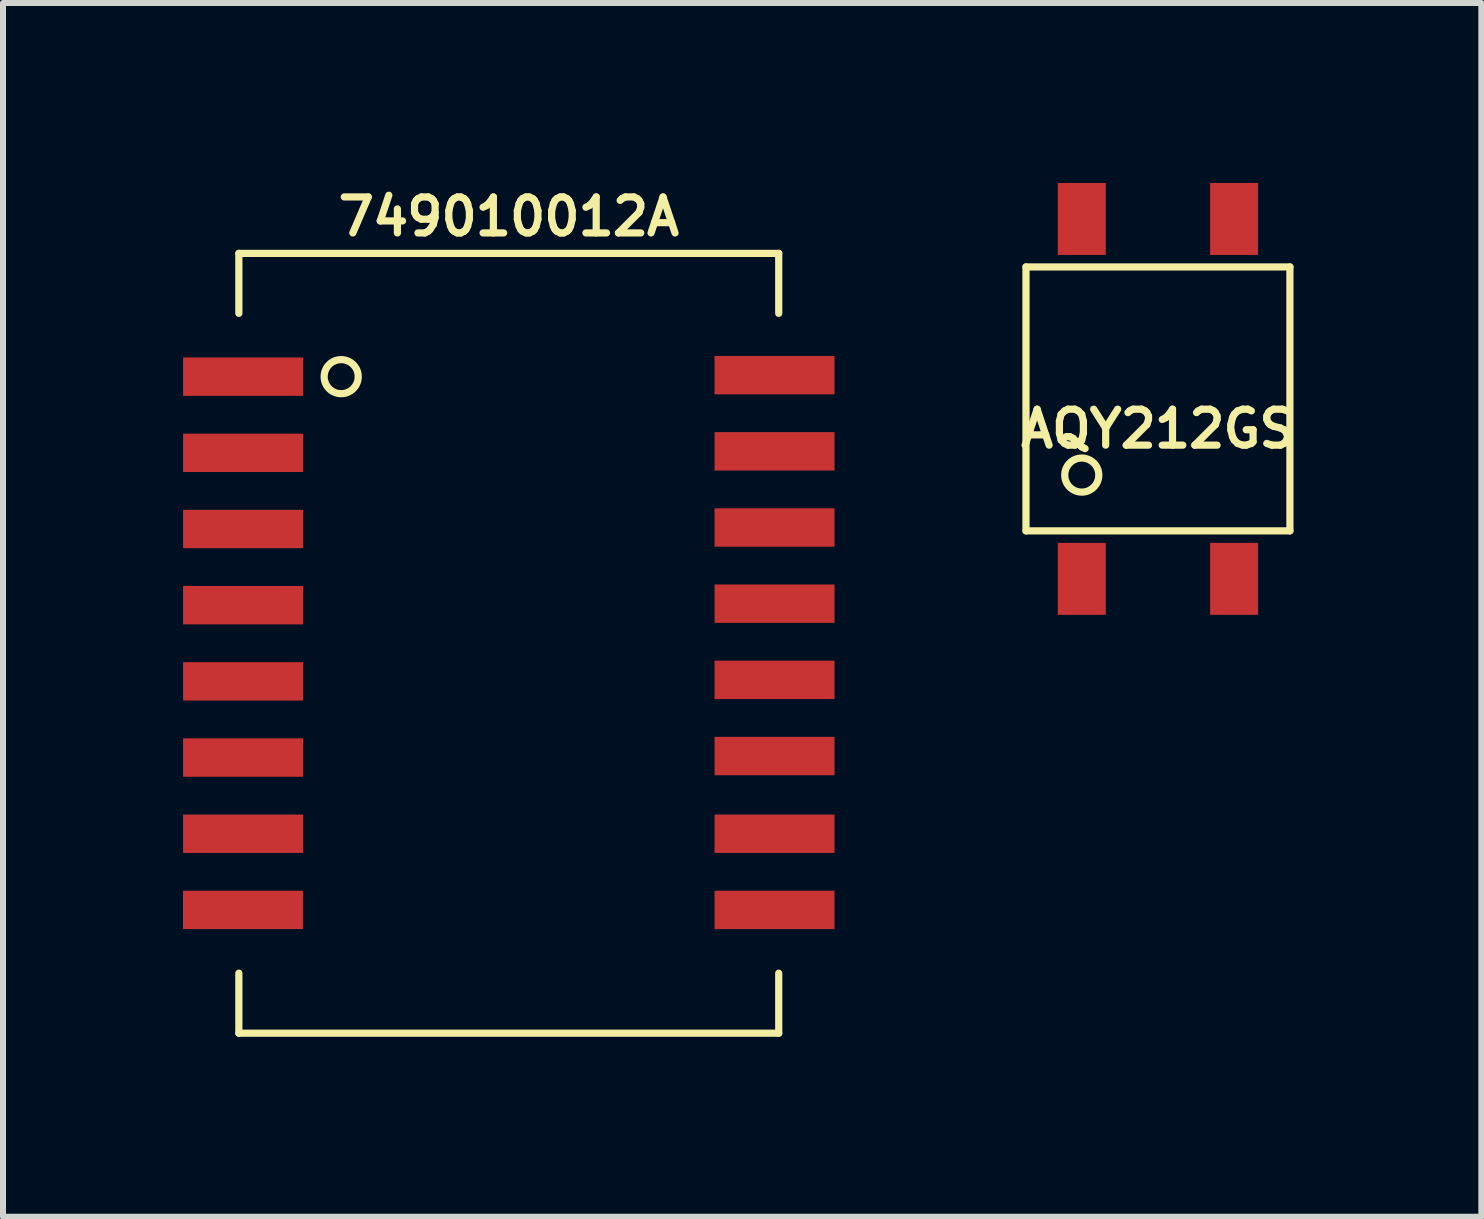
<source format=kicad_pcb>
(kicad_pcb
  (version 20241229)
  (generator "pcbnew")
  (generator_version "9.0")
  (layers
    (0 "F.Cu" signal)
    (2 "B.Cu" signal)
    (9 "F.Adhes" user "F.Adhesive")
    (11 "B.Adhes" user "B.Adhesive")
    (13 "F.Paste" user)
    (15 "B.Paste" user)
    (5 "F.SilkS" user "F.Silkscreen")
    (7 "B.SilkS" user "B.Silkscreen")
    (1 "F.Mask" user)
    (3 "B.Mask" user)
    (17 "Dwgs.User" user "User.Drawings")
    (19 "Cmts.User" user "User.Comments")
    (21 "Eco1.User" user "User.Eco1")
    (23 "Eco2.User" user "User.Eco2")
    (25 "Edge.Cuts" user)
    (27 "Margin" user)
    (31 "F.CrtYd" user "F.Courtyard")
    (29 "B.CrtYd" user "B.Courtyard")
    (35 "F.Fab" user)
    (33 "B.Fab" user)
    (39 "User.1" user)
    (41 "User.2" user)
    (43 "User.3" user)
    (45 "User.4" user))
  (footprint "749010012A"
    (layer "F.Cu")
    (at 5.432 7.674)
    (property "Reference" "749010012A" (at 0 -7.112 0) (layer "F.SilkS") (effects (font (size 0.6 0.6) (thickness 0.12))))
    (attr through_hole)
    (fp_line (start -4.5 -6.5) (end 4.5 -6.5) (stroke (width 0.12) (type solid)) (layer "F.SilkS"))
    (fp_line (start -4.5 -5.5) (end -4.5 -6.5) (stroke (width 0.12) (type solid)) (layer "F.SilkS"))
    (fp_line (start -4.5 5.5) (end -4.5 6.5) (stroke (width 0.12) (type solid)) (layer "F.SilkS"))
    (fp_line (start -4.5 6.5) (end 4.5 6.5) (stroke (width 0.12) (type solid)) (layer "F.SilkS"))
    (fp_line (start 4.5 -6.5) (end 4.5 -5.5) (stroke (width 0.12) (type solid)) (layer "F.SilkS"))
    (fp_line (start 4.5 6.5) (end 4.5 5.5) (stroke (width 0.12) (type solid)) (layer "F.SilkS"))
    (fp_circle (center -2.794 -4.445) (end -3.048 -4.572) (stroke (width 0.12) (type solid)) (fill no) (layer "F.SilkS"))
    (pad "1" smd rect (at -4.43 -4.445) (size 2 0.64) (layers "F.Cu" "F.Mask" "F.Paste"))
    (pad "2" smd rect (at -4.43 -3.175) (size 2 0.64) (layers "F.Cu" "F.Mask" "F.Paste"))
    (pad "3" smd rect (at -4.43 -1.905) (size 2 0.64) (layers "F.Cu" "F.Mask" "F.Paste"))
    (pad "4" smd rect (at -4.43 -0.635) (size 2 0.64) (layers "F.Cu" "F.Mask" "F.Paste"))
    (pad "5" smd rect (at -4.43 0.635) (size 2 0.64) (layers "F.Cu" "F.Mask" "F.Paste"))
    (pad "6" smd rect (at -4.43 1.905) (size 2 0.64) (layers "F.Cu" "F.Mask" "F.Paste"))
    (pad "7" smd rect (at -4.43 3.175) (size 2 0.64) (layers "F.Cu" "F.Mask" "F.Paste"))
    (pad "8" smd rect (at -4.432 4.445) (size 2 0.64) (layers "F.Cu" "F.Mask" "F.Paste"))
    (pad "9" smd rect (at 4.43 4.445) (size 2 0.64) (layers "F.Cu" "F.Mask" "F.Paste"))
    (pad "10" smd rect (at 4.43 3.175) (size 2 0.64) (layers "F.Cu" "F.Mask" "F.Paste"))
    (pad "11" smd rect (at 4.43 1.88) (size 2 0.64) (layers "F.Cu" "F.Mask" "F.Paste"))
    (pad "12" smd rect (at 4.43 0.61) (size 2 0.64) (layers "F.Cu" "F.Mask" "F.Paste"))
    (pad "13" smd rect (at 4.43 -0.66) (size 2 0.64) (layers "F.Cu" "F.Mask" "F.Paste"))
    (pad "14" smd rect (at 4.43 -1.93) (size 2 0.64) (layers "F.Cu" "F.Mask" "F.Paste"))
    (pad "15" smd rect (at 4.43 -3.2) (size 2 0.64) (layers "F.Cu" "F.Mask" "F.Paste"))
    (pad "16" smd rect (at 4.43 -4.47) (size 2 0.64) (layers "F.Cu" "F.Mask" "F.Paste")))
  (footprint "AQY212GS"
    (layer "F.Cu")
    (at 16.254 3.6)
    (property "Reference" "AQY212GS" (at 0 0.5 0) (layer "F.SilkS") (effects (font (size 0.6 0.6) (thickness 0.12))))
    (attr through_hole)
    (fp_line (start -2.2 -2.2) (end -2.2 2.2) (stroke (width 0.12) (type solid)) (layer "F.SilkS"))
    (fp_line (start -2.2 2.2) (end 2.2 2.2) (stroke (width 0.12) (type solid)) (layer "F.SilkS"))
    (fp_line (start 2.2 -2.2) (end -2.2 -2.2) (stroke (width 0.12) (type solid)) (layer "F.SilkS"))
    (fp_line (start 2.2 2.2) (end 2.2 -2.2) (stroke (width 0.12) (type solid)) (layer "F.SilkS"))
    (fp_circle (center -1.27 1.27) (end -1.524 1.143) (stroke (width 0.12) (type solid)) (fill no) (layer "F.SilkS"))
    (pad "1" smd rect (at -1.27 3) (size 0.8 1.2) (layers "F.Cu" "F.Mask" "F.Paste"))
    (pad "2" smd rect (at 1.27 3) (size 0.8 1.2) (layers "F.Cu" "F.Mask" "F.Paste"))
    (pad "3" smd rect (at 1.27 -3) (size 0.8 1.2) (layers "F.Cu" "F.Mask" "F.Paste"))
    (pad "4" smd rect (at -1.27 -3) (size 0.8 1.2) (layers "F.Cu" "F.Mask" "F.Paste")))
  (gr_rect
    (start -3 -3)
    (end 21.645 17.234)
    (stroke (width 0.1) (type default))
    (fill no)
    (layer "Edge.Cuts")))
</source>
